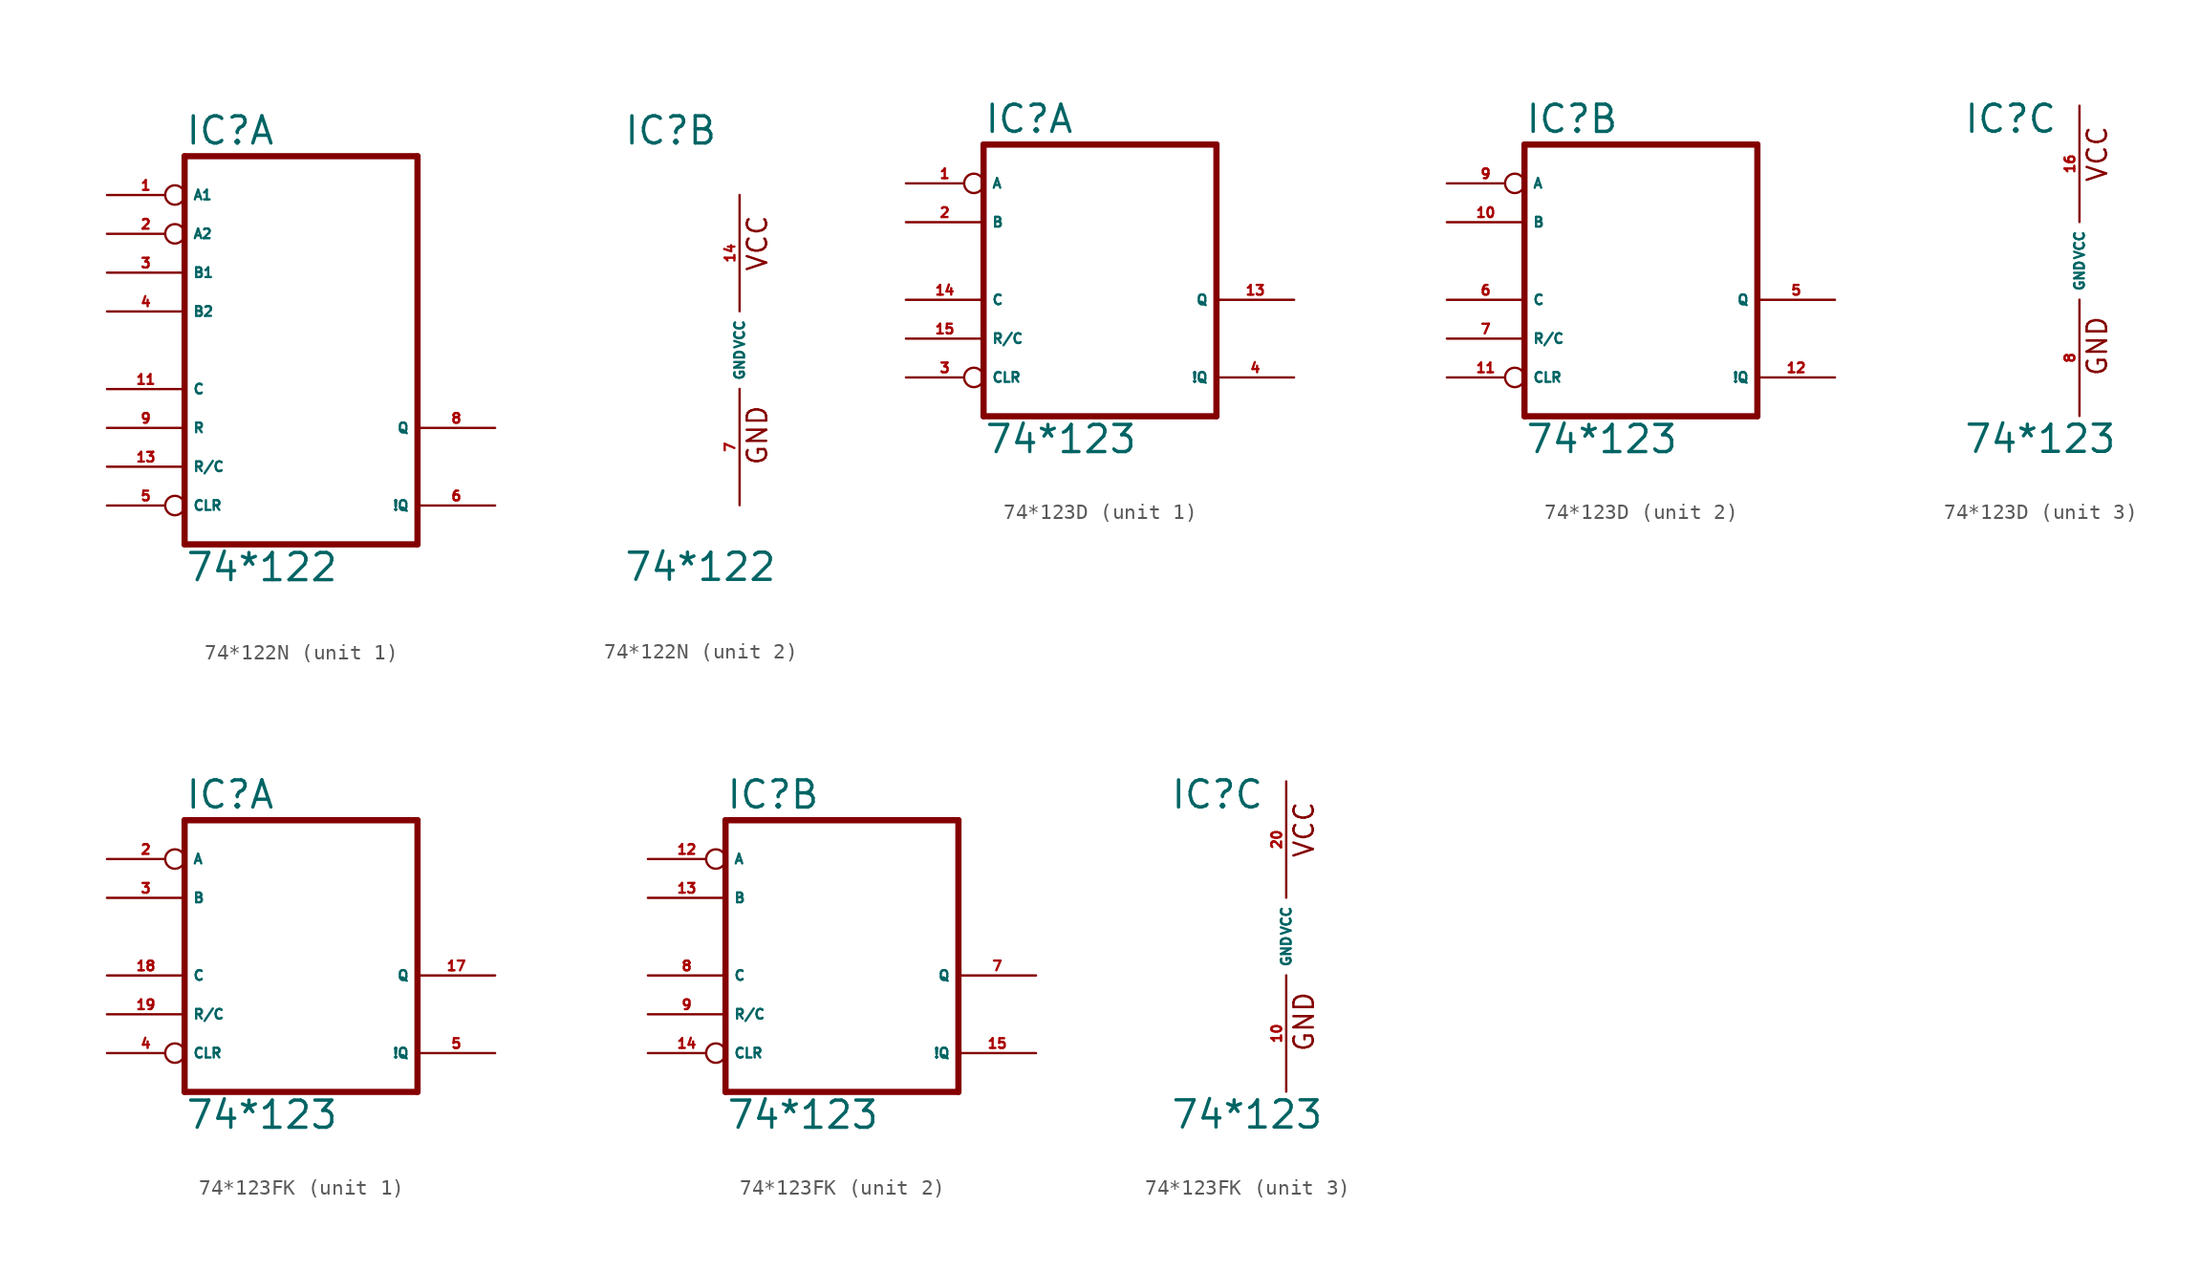
<source format=kicad_sym>
(kicad_symbol_lib
  (version 20220914)
  (generator Eagle2Kicad)
  (symbol "74*122N"
    (property "Reference" "IC"
      (at -7.62 13.335 0)
      (effects (font (size 1.778 1.778) (thickness 0.22)) (justify left bottom)))
    (property "Value" "74*122"
      (at -7.62 -15.24 0)
      (effects (font (size 1.778 1.778) (thickness 0.22)) (justify left bottom)))
    (symbol "74*122N_1_0"
      (polyline (pts (xy -7.62 -12.7) (xy 7.62 -12.7)) (stroke (width 0.406) (type default)) (fill (type none)))
      (polyline (pts (xy 7.62 -12.7) (xy 7.62 12.7)) (stroke (width 0.406) (type default)) (fill (type none)))
      (polyline (pts (xy 7.62 12.7) (xy -7.62 12.7)) (stroke (width 0.406) (type default)) (fill (type none)))
      (polyline (pts (xy -7.62 12.7) (xy -7.62 -12.7)) (stroke (width 0.406) (type default)) (fill (type none)))
      (pin input inverted (at -12.7 10.16 0) (length 5.08) (name "A1" (effects (font (size 0.635 0.635) (thickness 0.08)) (justify left bottom))) (number "1" (effects (font (size 0.635 0.635) (thickness 0.08)) (justify left bottom))))
      (pin input inverted (at -12.7 7.62 0) (length 5.08) (name "A2" (effects (font (size 0.635 0.635) (thickness 0.08)) (justify left bottom))) (number "2" (effects (font (size 0.635 0.635) (thickness 0.08)) (justify left bottom))))
      (pin input line (at -12.7 5.08 0) (length 5.08) (name "B1" (effects (font (size 0.635 0.635) (thickness 0.08)) (justify left bottom))) (number "3" (effects (font (size 0.635 0.635) (thickness 0.08)) (justify left bottom))))
      (pin input line (at -12.7 2.54 0) (length 5.08) (name "B2" (effects (font (size 0.635 0.635) (thickness 0.08)) (justify left bottom))) (number "4" (effects (font (size 0.635 0.635) (thickness 0.08)) (justify left bottom))))
      (pin input inverted (at -12.7 -10.16 0) (length 5.08) (name "CLR" (effects (font (size 0.635 0.635) (thickness 0.08)) (justify left bottom))) (number "5" (effects (font (size 0.635 0.635) (thickness 0.08)) (justify left bottom))))
      (pin output line (at 12.7 -10.16 180) (length 5.08) (name "!Q" (effects (font (size 0.635 0.635) (thickness 0.08)) (justify left bottom))) (number "6" (effects (font (size 0.635 0.635) (thickness 0.08)) (justify left bottom))))
      (pin output line (at 12.7 -5.08 180) (length 5.08) (name "Q" (effects (font (size 0.635 0.635) (thickness 0.08)) (justify left bottom))) (number "8" (effects (font (size 0.635 0.635) (thickness 0.08)) (justify left bottom))))
      (pin input line (at -12.7 -5.08 0) (length 5.08) (name "R" (effects (font (size 0.635 0.635) (thickness 0.08)) (justify left bottom))) (number "9" (effects (font (size 0.635 0.635) (thickness 0.08)) (justify left bottom))))
      (pin input line (at -12.7 -2.54 0) (length 5.08) (name "C" (effects (font (size 0.635 0.635) (thickness 0.08)) (justify left bottom))) (number "11" (effects (font (size 0.635 0.635) (thickness 0.08)) (justify left bottom))))
      (pin input line (at -12.7 -7.62 0) (length 5.08) (name "R/C" (effects (font (size 0.635 0.635) (thickness 0.08)) (justify left bottom))) (number "13" (effects (font (size 0.635 0.635) (thickness 0.08)) (justify left bottom)))))
    (symbol "74*122N_2_0"
      (text "GND" (at 1.905 -7.62 900) (effects (font (size 1.27 1.27) (thickness 0.16)) (justify left bottom)))
      (text "VCC" (at 1.905 5.08 900) (effects (font (size 1.27 1.27) (thickness 0.16)) (justify left bottom)))
      (pin unspecified line (at 0 -10.16 90) (length 7.62) (name "GND" (effects (font (size 0.635 0.635) (thickness 0.08)) (justify left bottom))) (number "7" (effects (font (size 0.635 0.635) (thickness 0.08)) (justify left bottom))))
      (pin unspecified line (at 0 10.16 270) (length 7.62) (name "VCC" (effects (font (size 0.635 0.635) (thickness 0.08)) (justify left bottom))) (number "14" (effects (font (size 0.635 0.635) (thickness 0.08)) (justify left bottom))))))
  (symbol "74*123D"
    (property "Reference" "IC"
      (at -7.62 8.255 0)
      (effects (font (size 1.778 1.778) (thickness 0.22)) (justify left bottom)))
    (property "Value" "74*123"
      (at -7.62 -12.7 0)
      (effects (font (size 1.778 1.778) (thickness 0.22)) (justify left bottom)))
    (symbol "74*123D_1_0"
      (polyline (pts (xy -7.62 -10.16) (xy 7.62 -10.16)) (stroke (width 0.406) (type default)) (fill (type none)))
      (polyline (pts (xy 7.62 -10.16) (xy 7.62 7.62)) (stroke (width 0.406) (type default)) (fill (type none)))
      (polyline (pts (xy 7.62 7.62) (xy -7.62 7.62)) (stroke (width 0.406) (type default)) (fill (type none)))
      (polyline (pts (xy -7.62 7.62) (xy -7.62 -10.16)) (stroke (width 0.406) (type default)) (fill (type none)))
      (pin input inverted (at -12.7 5.08 0) (length 5.08) (name "A" (effects (font (size 0.635 0.635) (thickness 0.08)) (justify left bottom))) (number "1" (effects (font (size 0.635 0.635) (thickness 0.08)) (justify left bottom))))
      (pin input line (at -12.7 2.54 0) (length 5.08) (name "B" (effects (font (size 0.635 0.635) (thickness 0.08)) (justify left bottom))) (number "2" (effects (font (size 0.635 0.635) (thickness 0.08)) (justify left bottom))))
      (pin input inverted (at -12.7 -7.62 0) (length 5.08) (name "CLR" (effects (font (size 0.635 0.635) (thickness 0.08)) (justify left bottom))) (number "3" (effects (font (size 0.635 0.635) (thickness 0.08)) (justify left bottom))))
      (pin output line (at 12.7 -7.62 180) (length 5.08) (name "!Q" (effects (font (size 0.635 0.635) (thickness 0.08)) (justify left bottom))) (number "4" (effects (font (size 0.635 0.635) (thickness 0.08)) (justify left bottom))))
      (pin output line (at 12.7 -2.54 180) (length 5.08) (name "Q" (effects (font (size 0.635 0.635) (thickness 0.08)) (justify left bottom))) (number "13" (effects (font (size 0.635 0.635) (thickness 0.08)) (justify left bottom))))
      (pin input line (at -12.7 -2.54 0) (length 5.08) (name "C" (effects (font (size 0.635 0.635) (thickness 0.08)) (justify left bottom))) (number "14" (effects (font (size 0.635 0.635) (thickness 0.08)) (justify left bottom))))
      (pin input line (at -12.7 -5.08 0) (length 5.08) (name "R/C" (effects (font (size 0.635 0.635) (thickness 0.08)) (justify left bottom))) (number "15" (effects (font (size 0.635 0.635) (thickness 0.08)) (justify left bottom)))))
    (symbol "74*123D_2_0"
      (polyline (pts (xy -7.62 -10.16) (xy 7.62 -10.16)) (stroke (width 0.406) (type default)) (fill (type none)))
      (polyline (pts (xy 7.62 -10.16) (xy 7.62 7.62)) (stroke (width 0.406) (type default)) (fill (type none)))
      (polyline (pts (xy 7.62 7.62) (xy -7.62 7.62)) (stroke (width 0.406) (type default)) (fill (type none)))
      (polyline (pts (xy -7.62 7.62) (xy -7.62 -10.16)) (stroke (width 0.406) (type default)) (fill (type none)))
      (pin input inverted (at -12.7 5.08 0) (length 5.08) (name "A" (effects (font (size 0.635 0.635) (thickness 0.08)) (justify left bottom))) (number "9" (effects (font (size 0.635 0.635) (thickness 0.08)) (justify left bottom))))
      (pin input line (at -12.7 2.54 0) (length 5.08) (name "B" (effects (font (size 0.635 0.635) (thickness 0.08)) (justify left bottom))) (number "10" (effects (font (size 0.635 0.635) (thickness 0.08)) (justify left bottom))))
      (pin input inverted (at -12.7 -7.62 0) (length 5.08) (name "CLR" (effects (font (size 0.635 0.635) (thickness 0.08)) (justify left bottom))) (number "11" (effects (font (size 0.635 0.635) (thickness 0.08)) (justify left bottom))))
      (pin output line (at 12.7 -7.62 180) (length 5.08) (name "!Q" (effects (font (size 0.635 0.635) (thickness 0.08)) (justify left bottom))) (number "12" (effects (font (size 0.635 0.635) (thickness 0.08)) (justify left bottom))))
      (pin output line (at 12.7 -2.54 180) (length 5.08) (name "Q" (effects (font (size 0.635 0.635) (thickness 0.08)) (justify left bottom))) (number "5" (effects (font (size 0.635 0.635) (thickness 0.08)) (justify left bottom))))
      (pin input line (at -12.7 -2.54 0) (length 5.08) (name "C" (effects (font (size 0.635 0.635) (thickness 0.08)) (justify left bottom))) (number "6" (effects (font (size 0.635 0.635) (thickness 0.08)) (justify left bottom))))
      (pin input line (at -12.7 -5.08 0) (length 5.08) (name "R/C" (effects (font (size 0.635 0.635) (thickness 0.08)) (justify left bottom))) (number "7" (effects (font (size 0.635 0.635) (thickness 0.08)) (justify left bottom)))))
    (symbol "74*123D_3_0"
      (text "GND" (at 1.905 -7.62 900) (effects (font (size 1.27 1.27) (thickness 0.16)) (justify left bottom)))
      (text "VCC" (at 1.905 5.08 900) (effects (font (size 1.27 1.27) (thickness 0.16)) (justify left bottom)))
      (pin unspecified line (at 0 -10.16 90) (length 7.62) (name "GND" (effects (font (size 0.635 0.635) (thickness 0.08)) (justify left bottom))) (number "8" (effects (font (size 0.635 0.635) (thickness 0.08)) (justify left bottom))))
      (pin unspecified line (at 0 10.16 270) (length 7.62) (name "VCC" (effects (font (size 0.635 0.635) (thickness 0.08)) (justify left bottom))) (number "16" (effects (font (size 0.635 0.635) (thickness 0.08)) (justify left bottom))))))
  (symbol "74*123FK"
    (property "Reference" "IC"
      (at -7.62 8.255 0)
      (effects (font (size 1.778 1.778) (thickness 0.22)) (justify left bottom)))
    (property "Value" "74*123"
      (at -7.62 -12.7 0)
      (effects (font (size 1.778 1.778) (thickness 0.22)) (justify left bottom)))
    (symbol "74*123FK_1_0"
      (polyline (pts (xy -7.62 -10.16) (xy 7.62 -10.16)) (stroke (width 0.406) (type default)) (fill (type none)))
      (polyline (pts (xy 7.62 -10.16) (xy 7.62 7.62)) (stroke (width 0.406) (type default)) (fill (type none)))
      (polyline (pts (xy 7.62 7.62) (xy -7.62 7.62)) (stroke (width 0.406) (type default)) (fill (type none)))
      (polyline (pts (xy -7.62 7.62) (xy -7.62 -10.16)) (stroke (width 0.406) (type default)) (fill (type none)))
      (pin input inverted (at -12.7 5.08 0) (length 5.08) (name "A" (effects (font (size 0.635 0.635) (thickness 0.08)) (justify left bottom))) (number "2" (effects (font (size 0.635 0.635) (thickness 0.08)) (justify left bottom))))
      (pin input line (at -12.7 2.54 0) (length 5.08) (name "B" (effects (font (size 0.635 0.635) (thickness 0.08)) (justify left bottom))) (number "3" (effects (font (size 0.635 0.635) (thickness 0.08)) (justify left bottom))))
      (pin input inverted (at -12.7 -7.62 0) (length 5.08) (name "CLR" (effects (font (size 0.635 0.635) (thickness 0.08)) (justify left bottom))) (number "4" (effects (font (size 0.635 0.635) (thickness 0.08)) (justify left bottom))))
      (pin output line (at 12.7 -7.62 180) (length 5.08) (name "!Q" (effects (font (size 0.635 0.635) (thickness 0.08)) (justify left bottom))) (number "5" (effects (font (size 0.635 0.635) (thickness 0.08)) (justify left bottom))))
      (pin output line (at 12.7 -2.54 180) (length 5.08) (name "Q" (effects (font (size 0.635 0.635) (thickness 0.08)) (justify left bottom))) (number "17" (effects (font (size 0.635 0.635) (thickness 0.08)) (justify left bottom))))
      (pin input line (at -12.7 -2.54 0) (length 5.08) (name "C" (effects (font (size 0.635 0.635) (thickness 0.08)) (justify left bottom))) (number "18" (effects (font (size 0.635 0.635) (thickness 0.08)) (justify left bottom))))
      (pin input line (at -12.7 -5.08 0) (length 5.08) (name "R/C" (effects (font (size 0.635 0.635) (thickness 0.08)) (justify left bottom))) (number "19" (effects (font (size 0.635 0.635) (thickness 0.08)) (justify left bottom)))))
    (symbol "74*123FK_2_0"
      (polyline (pts (xy -7.62 -10.16) (xy 7.62 -10.16)) (stroke (width 0.406) (type default)) (fill (type none)))
      (polyline (pts (xy 7.62 -10.16) (xy 7.62 7.62)) (stroke (width 0.406) (type default)) (fill (type none)))
      (polyline (pts (xy 7.62 7.62) (xy -7.62 7.62)) (stroke (width 0.406) (type default)) (fill (type none)))
      (polyline (pts (xy -7.62 7.62) (xy -7.62 -10.16)) (stroke (width 0.406) (type default)) (fill (type none)))
      (pin input inverted (at -12.7 5.08 0) (length 5.08) (name "A" (effects (font (size 0.635 0.635) (thickness 0.08)) (justify left bottom))) (number "12" (effects (font (size 0.635 0.635) (thickness 0.08)) (justify left bottom))))
      (pin input line (at -12.7 2.54 0) (length 5.08) (name "B" (effects (font (size 0.635 0.635) (thickness 0.08)) (justify left bottom))) (number "13" (effects (font (size 0.635 0.635) (thickness 0.08)) (justify left bottom))))
      (pin input inverted (at -12.7 -7.62 0) (length 5.08) (name "CLR" (effects (font (size 0.635 0.635) (thickness 0.08)) (justify left bottom))) (number "14" (effects (font (size 0.635 0.635) (thickness 0.08)) (justify left bottom))))
      (pin output line (at 12.7 -7.62 180) (length 5.08) (name "!Q" (effects (font (size 0.635 0.635) (thickness 0.08)) (justify left bottom))) (number "15" (effects (font (size 0.635 0.635) (thickness 0.08)) (justify left bottom))))
      (pin output line (at 12.7 -2.54 180) (length 5.08) (name "Q" (effects (font (size 0.635 0.635) (thickness 0.08)) (justify left bottom))) (number "7" (effects (font (size 0.635 0.635) (thickness 0.08)) (justify left bottom))))
      (pin input line (at -12.7 -2.54 0) (length 5.08) (name "C" (effects (font (size 0.635 0.635) (thickness 0.08)) (justify left bottom))) (number "8" (effects (font (size 0.635 0.635) (thickness 0.08)) (justify left bottom))))
      (pin input line (at -12.7 -5.08 0) (length 5.08) (name "R/C" (effects (font (size 0.635 0.635) (thickness 0.08)) (justify left bottom))) (number "9" (effects (font (size 0.635 0.635) (thickness 0.08)) (justify left bottom)))))
    (symbol "74*123FK_3_0"
      (text "GND" (at 1.905 -7.62 900) (effects (font (size 1.27 1.27) (thickness 0.16)) (justify left bottom)))
      (text "VCC" (at 1.905 5.08 900) (effects (font (size 1.27 1.27) (thickness 0.16)) (justify left bottom)))
      (pin unspecified line (at 0 -10.16 90) (length 7.62) (name "GND" (effects (font (size 0.635 0.635) (thickness 0.08)) (justify left bottom))) (number "10" (effects (font (size 0.635 0.635) (thickness 0.08)) (justify left bottom))))
      (pin unspecified line (at 0 10.16 270) (length 7.62) (name "VCC" (effects (font (size 0.635 0.635) (thickness 0.08)) (justify left bottom))) (number "20" (effects (font (size 0.635 0.635) (thickness 0.08)) (justify left bottom)))))))
</source>
